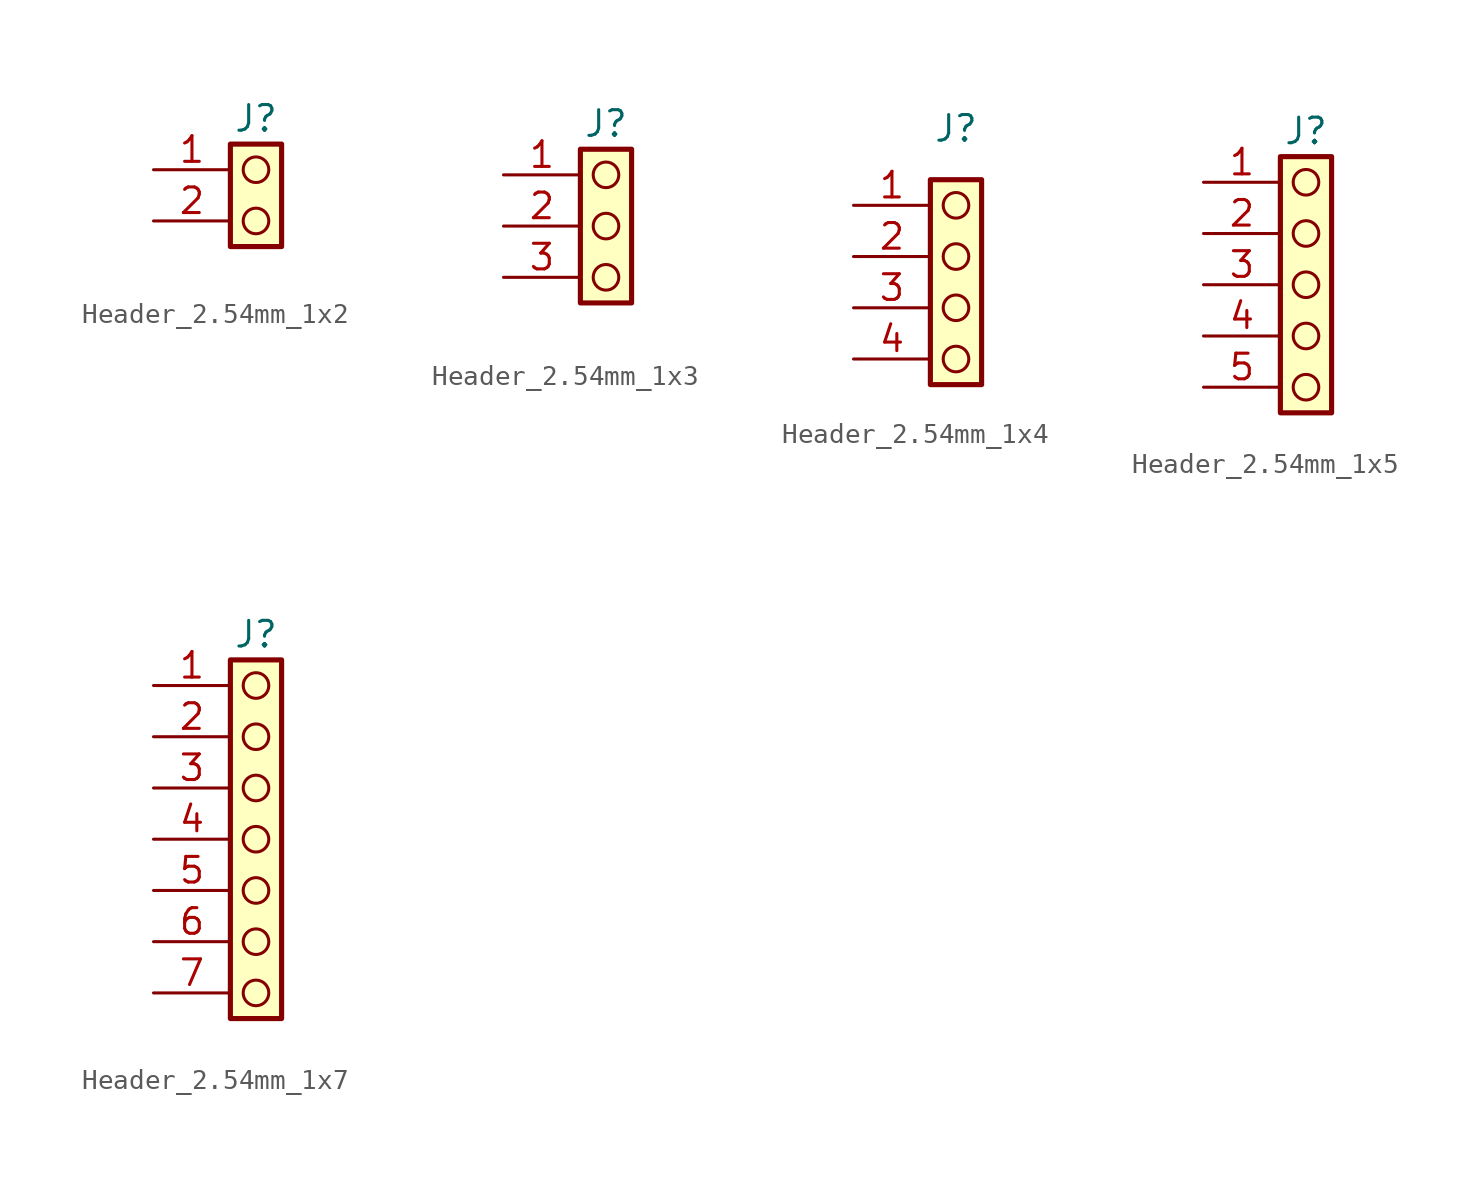
<source format=kicad_sym>
(kicad_symbol_lib
  (version 20220914)
  (generator kicad_symbol_editor)
  (symbol "Header_2.54mm_1x2"
    (pin_names
      (offset 1.016) hide)
    (property "Reference" "J"
      (at 0 2.54 0)
      (effects (font (size 1.27 1.27))))
    (property "Value" ""
      (at 0 -5.08 0)
      (effects (font (size 1.27 1.27))))
    (symbol "Header_2.54mm_1x2_1_1"
      (rectangle (start -1.27 1.27) (end 1.27 -3.81) (stroke (width 0.254) (type default)) (fill (type background)))
      (circle (center 0 -2.54) (radius 0.635) (stroke (width 0.152) (type default)) (fill (type none)))
      (circle (center 0 0) (radius 0.635) (stroke (width 0.152) (type default)) (fill (type none)))
      (pin passive line (at -5.08 0 0) (length 3.81) (name "Pin_1" (effects (font (size 1.27 1.27)))) (number "1" (effects (font (size 1.27 1.27)))))
      (pin passive line (at -5.08 -2.54 0) (length 3.81) (name "Pin_2" (effects (font (size 1.27 1.27)))) (number "2" (effects (font (size 1.27 1.27)))))))
  (symbol "Header_2.54mm_1x3"
    (pin_names
      (offset 1.016) hide)
    (property "Reference" "J"
      (at 0 5.08 0)
      (effects (font (size 1.27 1.27))))
    (property "Value" ""
      (at 0 -5.08 0)
      (effects (font (size 1.27 1.27))))
    (symbol "Header_2.54mm_1x3_1_1"
      (rectangle (start -1.27 3.81) (end 1.27 -3.81) (stroke (width 0.254) (type default)) (fill (type background)))
      (circle (center 0 -2.54) (radius 0.635) (stroke (width 0.152) (type default)) (fill (type none)))
      (circle (center 0 0) (radius 0.635) (stroke (width 0.152) (type default)) (fill (type none)))
      (circle (center 0 2.54) (radius 0.635) (stroke (width 0.152) (type default)) (fill (type none)))
      (pin passive line (at -5.08 2.54 0) (length 3.81) (name "Pin_1" (effects (font (size 1.27 1.27)))) (number "1" (effects (font (size 1.27 1.27)))))
      (pin passive line (at -5.08 0 0) (length 3.81) (name "Pin_2" (effects (font (size 1.27 1.27)))) (number "2" (effects (font (size 1.27 1.27)))))
      (pin passive line (at -5.08 -2.54 0) (length 3.81) (name "Pin_3" (effects (font (size 1.27 1.27)))) (number "3" (effects (font (size 1.27 1.27)))))))
  (symbol "Header_2.54mm_1x4"
    (property "Reference" "J"
      (at 5.08 3.81 0)
      (effects (font (size 1.27 1.27))))
    (symbol "Header_2.54mm_1x4_1_1"
      (rectangle (start 3.81 1.27) (end 6.35 -8.89) (stroke (width 0.254) (type default)) (fill (type background)))
      (circle (center 5.08 -7.62) (radius 0.635) (stroke (width 0.152) (type default)) (fill (type none)))
      (circle (center 5.08 -5.08) (radius 0.635) (stroke (width 0.152) (type default)) (fill (type none)))
      (circle (center 5.08 -2.54) (radius 0.635) (stroke (width 0.152) (type default)) (fill (type none)))
      (circle (center 5.08 0) (radius 0.635) (stroke (width 0.152) (type default)) (fill (type none)))
      (pin passive line (at 0 0 0) (length 3.81) (name "" (effects (font (size 1.27 1.27)))) (number "1" (effects (font (size 1.27 1.27)))))
      (pin passive line (at 0 -2.54 0) (length 3.81) (name "" (effects (font (size 1.27 1.27)))) (number "2" (effects (font (size 1.27 1.27)))))
      (pin passive line (at 0 -5.08 0) (length 3.81) (name "" (effects (font (size 1.27 1.27)))) (number "3" (effects (font (size 1.27 1.27)))))
      (pin passive line (at 0 -7.62 0) (length 3.81) (name "" (effects (font (size 1.27 1.27)))) (number "4" (effects (font (size 1.27 1.27)))))))
  (symbol "Header_2.54mm_1x5"
    (property "Reference" "J"
      (at 5.08 2.54 0)
      (effects (font (size 1.27 1.27))))
    (symbol "Header_2.54mm_1x5_1_1"
      (rectangle (start 3.81 1.27) (end 6.35 -11.43) (stroke (width 0.254) (type default)) (fill (type background)))
      (circle (center 5.08 -10.16) (radius 0.635) (stroke (width 0.152) (type default)) (fill (type none)))
      (circle (center 5.08 -7.62) (radius 0.635) (stroke (width 0.152) (type default)) (fill (type none)))
      (circle (center 5.08 -5.08) (radius 0.635) (stroke (width 0.152) (type default)) (fill (type none)))
      (circle (center 5.08 -2.54) (radius 0.635) (stroke (width 0.152) (type default)) (fill (type none)))
      (circle (center 5.08 0) (radius 0.635) (stroke (width 0.152) (type default)) (fill (type none)))
      (pin passive line (at 0 0 0) (length 3.81) (name "" (effects (font (size 1.27 1.27)))) (number "1" (effects (font (size 1.27 1.27)))))
      (pin passive line (at 0 -2.54 0) (length 3.81) (name "" (effects (font (size 1.27 1.27)))) (number "2" (effects (font (size 1.27 1.27)))))
      (pin passive line (at 0 -5.08 0) (length 3.81) (name "" (effects (font (size 1.27 1.27)))) (number "3" (effects (font (size 1.27 1.27)))))
      (pin passive line (at 0 -7.62 0) (length 3.81) (name "" (effects (font (size 1.27 1.27)))) (number "4" (effects (font (size 1.27 1.27)))))
      (pin passive line (at 0 -10.16 0) (length 3.81) (name "" (effects (font (size 1.27 1.27)))) (number "5" (effects (font (size 1.27 1.27)))))))
  (symbol "Header_2.54mm_1x7"
    (property "Reference" "J"
      (at 5.08 2.54 0)
      (effects (font (size 1.27 1.27))))
    (symbol "Header_2.54mm_1x7_1_1"
      (rectangle (start 3.81 1.27) (end 6.35 -16.51) (stroke (width 0.254) (type default)) (fill (type background)))
      (circle (center 5.08 -15.24) (radius 0.635) (stroke (width 0.152) (type default)) (fill (type none)))
      (circle (center 5.08 -12.7) (radius 0.635) (stroke (width 0.152) (type default)) (fill (type none)))
      (circle (center 5.08 -10.16) (radius 0.635) (stroke (width 0.152) (type default)) (fill (type none)))
      (circle (center 5.08 -7.62) (radius 0.635) (stroke (width 0.152) (type default)) (fill (type none)))
      (circle (center 5.08 -5.08) (radius 0.635) (stroke (width 0.152) (type default)) (fill (type none)))
      (circle (center 5.08 -2.54) (radius 0.635) (stroke (width 0.152) (type default)) (fill (type none)))
      (circle (center 5.08 0) (radius 0.635) (stroke (width 0.152) (type default)) (fill (type none)))
      (pin passive line (at 0 0 0) (length 3.81) (name "" (effects (font (size 1.27 1.27)))) (number "1" (effects (font (size 1.27 1.27)))))
      (pin passive line (at 0 -2.54 0) (length 3.81) (name "" (effects (font (size 1.27 1.27)))) (number "2" (effects (font (size 1.27 1.27)))))
      (pin passive line (at 0 -5.08 0) (length 3.81) (name "" (effects (font (size 1.27 1.27)))) (number "3" (effects (font (size 1.27 1.27)))))
      (pin passive line (at 0 -7.62 0) (length 3.81) (name "" (effects (font (size 1.27 1.27)))) (number "4" (effects (font (size 1.27 1.27)))))
      (pin passive line (at 0 -10.16 0) (length 3.81) (name "" (effects (font (size 1.27 1.27)))) (number "5" (effects (font (size 1.27 1.27)))))
      (pin passive line (at 0 -12.7 0) (length 3.81) (name "" (effects (font (size 1.27 1.27)))) (number "6" (effects (font (size 1.27 1.27)))))
      (pin passive line (at 0 -15.24 0) (length 3.81) (name "" (effects (font (size 1.27 1.27)))) (number "7" (effects (font (size 1.27 1.27))))))))
</source>
